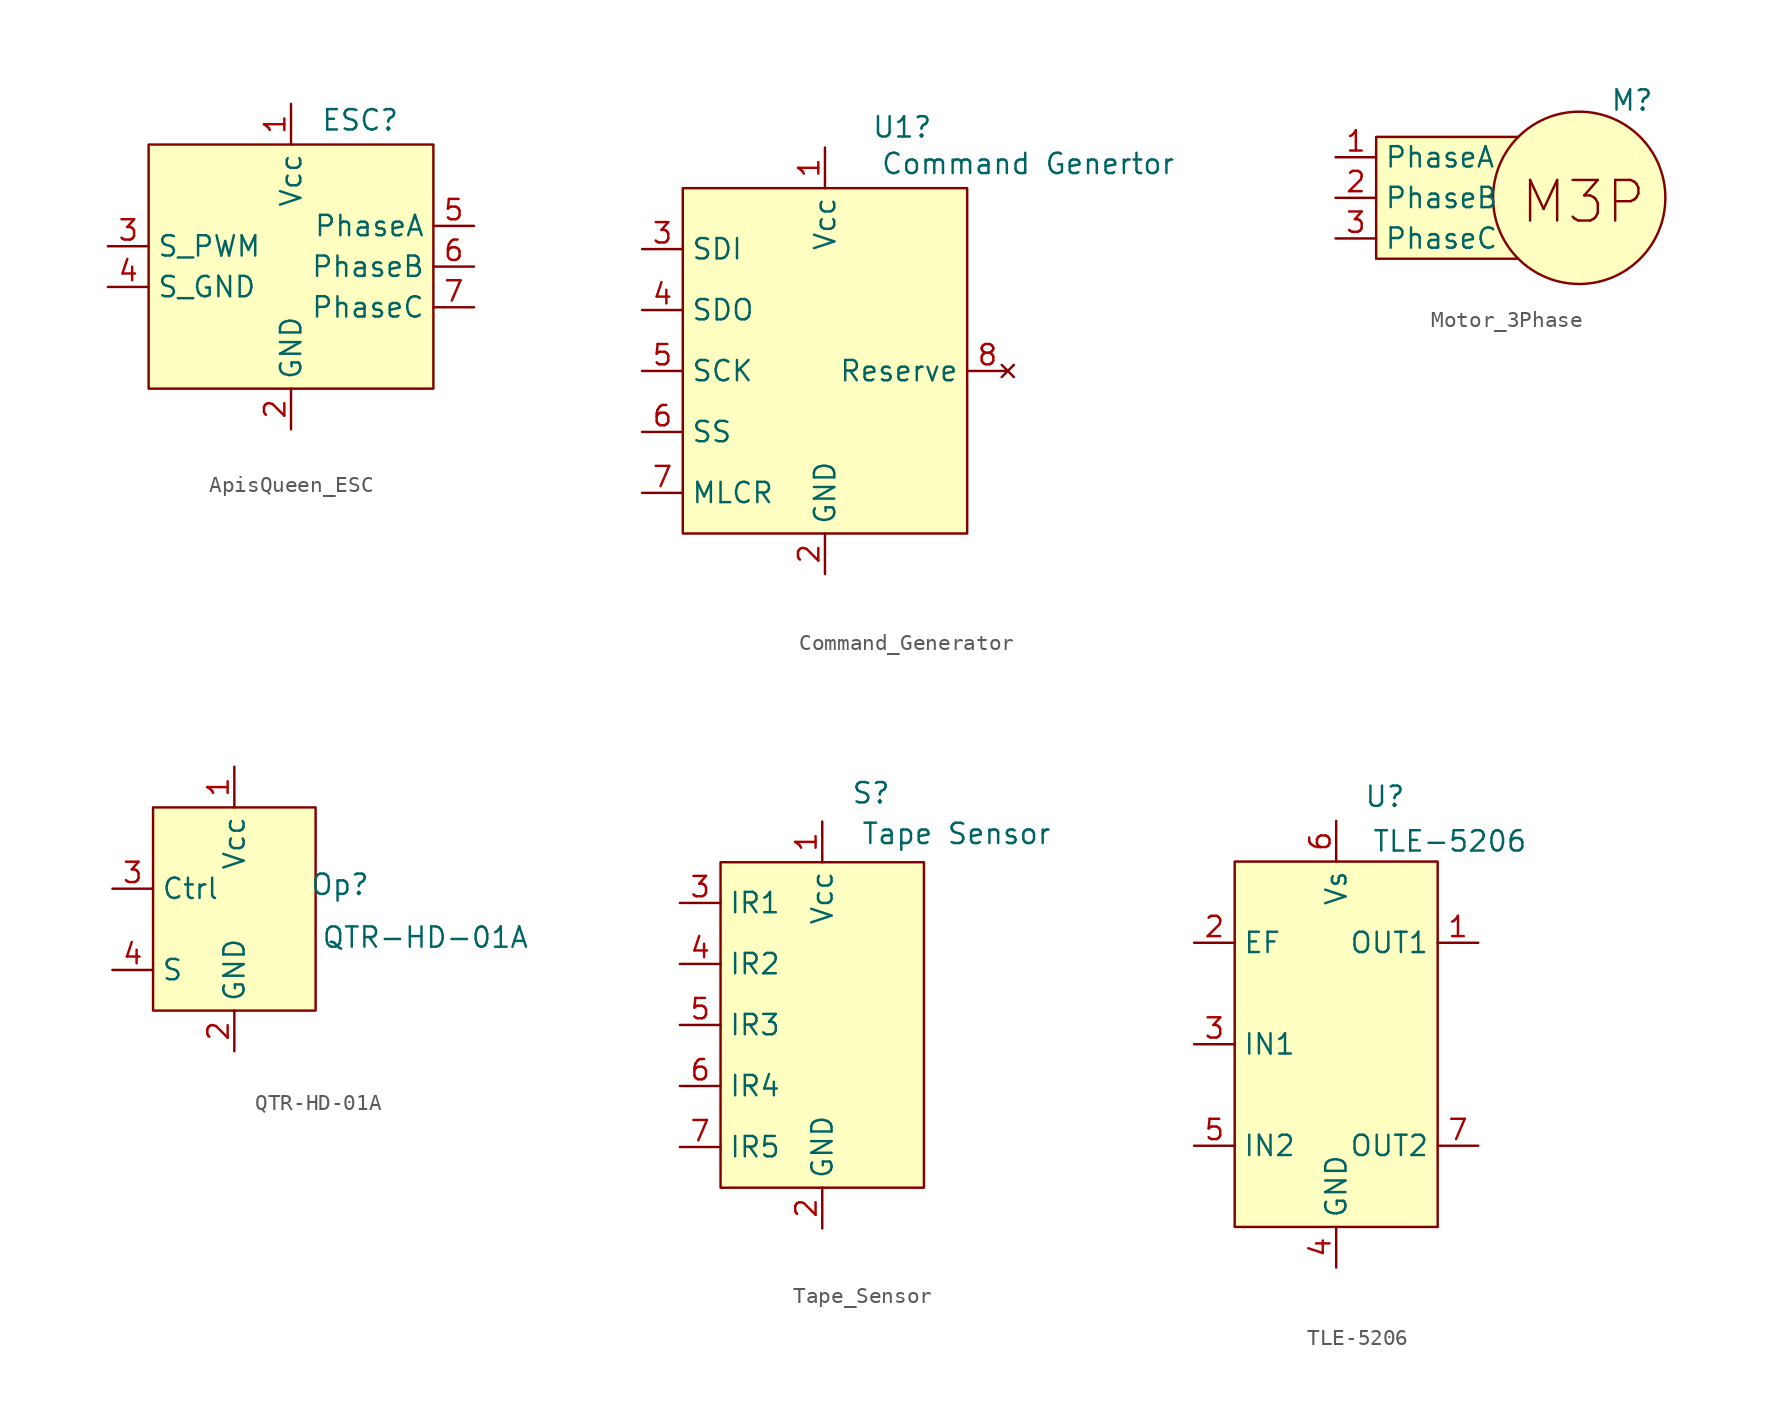
<source format=kicad_sym>
(kicad_symbol_lib
  (version 20231120)
  (generator "kicad_symbol_editor")
  (generator_version "8.0")
  (symbol "ApisQueen_ESC"
    (property "Reference" "ESC"
      (at 4.318 9.144 0)
      (effects (font (size 1.27 1.27))))
    (property "Value" ""
      (at 0 0 0)
      (effects (font (size 1.27 1.27))))
    (symbol "ApisQueen_ESC_0_1"
      (rectangle (start -8.89 7.62) (end 8.89 -7.62) (stroke (width 0) (type default)) (fill (type background))))
    (symbol "ApisQueen_ESC_1_1"
      (pin power_in line (at 0 10.16 270) (length 2.54) (name "Vcc" (effects (font (size 1.27 1.27)))) (number "1" (effects (font (size 1.27 1.27)))))
      (pin passive line (at 0 -10.16 90) (length 2.54) (name "GND" (effects (font (size 1.27 1.27)))) (number "2" (effects (font (size 1.27 1.27)))))
      (pin input line (at -11.43 1.27 0) (length 2.54) (name "S_PWM" (effects (font (size 1.27 1.27)))) (number "3" (effects (font (size 1.27 1.27)))))
      (pin input line (at -11.43 -1.27 0) (length 2.54) (name "S_GND" (effects (font (size 1.27 1.27)))) (number "4" (effects (font (size 1.27 1.27)))))
      (pin output line (at 11.43 2.54 180) (length 2.54) (name "PhaseA" (effects (font (size 1.27 1.27)))) (number "5" (effects (font (size 1.27 1.27)))))
      (pin output line (at 11.43 0 180) (length 2.54) (name "PhaseB" (effects (font (size 1.27 1.27)))) (number "6" (effects (font (size 1.27 1.27)))))
      (pin output line (at 11.43 -2.54 180) (length 2.54) (name "PhaseC" (effects (font (size 1.27 1.27)))) (number "7" (effects (font (size 1.27 1.27)))))))
  (symbol "Command_Generator"
    (property "Reference" "U1"
      (at 4.826 15.24 0)
      (effects (font (size 1.27 1.27))))
    (property "Value" "Command Genertor"
      (at 12.7 12.954 0)
      (effects (font (size 1.27 1.27))))
    (symbol "Command_Generator_1_1"
      (rectangle (start -8.89 11.43) (end 8.89 -10.16) (stroke (width 0) (type default)) (fill (type background)))
      (pin input line (at 0 13.97 270) (length 2.54) (name "Vcc" (effects (font (size 1.27 1.27)))) (number "1" (effects (font (size 1.27 1.27)))))
      (pin input line (at 0 -12.7 90) (length 2.54) (name "GND" (effects (font (size 1.27 1.27)))) (number "2" (effects (font (size 1.27 1.27)))))
      (pin input line (at -11.43 7.62 0) (length 2.54) (name "SDI" (effects (font (size 1.27 1.27)))) (number "3" (effects (font (size 1.27 1.27)))))
      (pin output line (at -11.43 3.81 0) (length 2.54) (name "SDO" (effects (font (size 1.27 1.27)))) (number "4" (effects (font (size 1.27 1.27)))))
      (pin input line (at -11.43 0 0) (length 2.54) (name "SCK" (effects (font (size 1.27 1.27)))) (number "5" (effects (font (size 1.27 1.27)))))
      (pin input line (at -11.43 -3.81 0) (length 2.54) (name "SS" (effects (font (size 1.27 1.27)))) (number "6" (effects (font (size 1.27 1.27)))))
      (pin input line (at -11.43 -7.62 0) (length 2.54) (name "MLCR" (effects (font (size 1.27 1.27)))) (number "7" (effects (font (size 1.27 1.27)))))
      (pin no_connect line (at 11.43 0 180) (length 2.54) (name "Reserve" (effects (font (size 1.27 1.27)))) (number "8" (effects (font (size 1.27 1.27)))))))
  (symbol "Motor_3Phase"
    (property "Reference" "M"
      (at 3.302 6.096 0)
      (effects (font (size 1.27 1.27))))
    (property "Value" ""
      (at 6.35 0 0)
      (effects (font (size 1.27 1.27))))
    (symbol "Motor_3Phase_0_1"
      (polyline (pts (xy -3.81 3.81) (xy -12.7 3.81) (xy -12.7 -3.81) (xy -3.81 -3.81)) (stroke (width 0) (type default)) (fill (type background)))
      (circle (center 0 0) (radius 5.388) (stroke (width 0) (type default)) (fill (type background))))
    (symbol "Motor_3Phase_1_1"
      (text "M3P\n" (at 0.254 -0.254 0) (effects (font (size 2.54 2.54))))
      (pin input line (at -15.24 2.54 0) (length 2.54) (name "PhaseA" (effects (font (size 1.27 1.27)))) (number "1" (effects (font (size 1.27 1.27)))))
      (pin input line (at -15.24 0 0) (length 2.54) (name "PhaseB" (effects (font (size 1.27 1.27)))) (number "2" (effects (font (size 1.27 1.27)))))
      (pin input line (at -15.24 -2.54 0) (length 2.54) (name "PhaseC" (effects (font (size 1.27 1.27)))) (number "3" (effects (font (size 1.27 1.27)))))))
  (symbol "QTR-HD-01A"
    (property "Reference" "Op"
      (at 6.604 1.524 0)
      (effects (font (size 1.27 1.27))))
    (property "Value" "QTR-HD-01A"
      (at 11.938 -1.778 0)
      (effects (font (size 1.27 1.27))))
    (symbol "QTR-HD-01A_0_1"
      (rectangle (start -5.08 6.35) (end 5.08 -6.35) (stroke (width 0) (type default)) (fill (type background))))
    (symbol "QTR-HD-01A_1_1"
      (pin power_in line (at 0 8.89 270) (length 2.54) (name "Vcc" (effects (font (size 1.27 1.27)))) (number "1" (effects (font (size 1.27 1.27)))))
      (pin power_in line (at 0 -8.89 90) (length 2.54) (name "GND" (effects (font (size 1.27 1.27)))) (number "2" (effects (font (size 1.27 1.27)))))
      (pin input line (at -7.62 1.27 0) (length 2.54) (name "Ctrl" (effects (font (size 1.27 1.27)))) (number "3" (effects (font (size 1.27 1.27)))))
      (pin output line (at -7.62 -3.81 0) (length 2.54) (name "S" (effects (font (size 1.27 1.27)))) (number "4" (effects (font (size 1.27 1.27)))))))
  (symbol "Tape_Sensor"
    (property "Reference" "S"
      (at 3.048 14.478 0)
      (effects (font (size 1.27 1.27))))
    (property "Value" "Tape Sensor"
      (at 8.382 11.938 0)
      (effects (font (size 1.27 1.27))))
    (symbol "Tape_Sensor_0_1"
      (rectangle (start -6.35 10.16) (end 6.35 -10.16) (stroke (width 0) (type default)) (fill (type background))))
    (symbol "Tape_Sensor_1_1"
      (pin power_in line (at 0 12.7 270) (length 2.54) (name "Vcc" (effects (font (size 1.27 1.27)))) (number "1" (effects (font (size 1.27 1.27)))))
      (pin passive line (at 0 -12.7 90) (length 2.54) (name "GND" (effects (font (size 1.27 1.27)))) (number "2" (effects (font (size 1.27 1.27)))))
      (pin output line (at -8.89 7.62 0) (length 2.54) (name "IR1" (effects (font (size 1.27 1.27)))) (number "3" (effects (font (size 1.27 1.27)))))
      (pin output line (at -8.89 3.81 0) (length 2.54) (name "IR2" (effects (font (size 1.27 1.27)))) (number "4" (effects (font (size 1.27 1.27)))))
      (pin output line (at -8.89 0 0) (length 2.54) (name "IR3" (effects (font (size 1.27 1.27)))) (number "5" (effects (font (size 1.27 1.27)))))
      (pin output line (at -8.89 -3.81 0) (length 2.54) (name "IR4" (effects (font (size 1.27 1.27)))) (number "6" (effects (font (size 1.27 1.27)))))
      (pin output line (at -8.89 -7.62 0) (length 2.54) (name "IR5" (effects (font (size 1.27 1.27)))) (number "7" (effects (font (size 1.27 1.27)))))))
  (symbol "TLE-5206"
    (property "Reference" "U"
      (at 3.048 15.494 0)
      (effects (font (size 1.27 1.27))))
    (property "Value" "TLE-5206"
      (at 7.112 12.7 0)
      (effects (font (size 1.27 1.27))))
    (symbol "TLE-5206_0_1"
      (rectangle (start -6.35 11.43) (end 6.35 -11.43) (stroke (width 0) (type default)) (fill (type background))))
    (symbol "TLE-5206_1_1"
      (pin output line (at 8.89 6.35 180) (length 2.54) (name "OUT1" (effects (font (size 1.27 1.27)))) (number "1" (effects (font (size 1.27 1.27)))))
      (pin output line (at -8.89 6.35 0) (length 2.54) (name "EF" (effects (font (size 1.27 1.27)))) (number "2" (effects (font (size 1.27 1.27)))))
      (pin output line (at -8.89 0 0) (length 2.54) (name "IN1" (effects (font (size 1.27 1.27)))) (number "3" (effects (font (size 1.27 1.27)))))
      (pin passive line (at 0 -13.97 90) (length 2.54) (name "GND" (effects (font (size 1.27 1.27)))) (number "4" (effects (font (size 1.27 1.27)))))
      (pin output line (at -8.89 -6.35 0) (length 2.54) (name "IN2" (effects (font (size 1.27 1.27)))) (number "5" (effects (font (size 1.27 1.27)))))
      (pin power_in line (at 0 13.97 270) (length 2.54) (name "Vs" (effects (font (size 1.27 1.27)))) (number "6" (effects (font (size 1.27 1.27)))))
      (pin output line (at 8.89 -6.35 180) (length 2.54) (name "OUT2" (effects (font (size 1.27 1.27)))) (number "7" (effects (font (size 1.27 1.27))))))))
</source>
